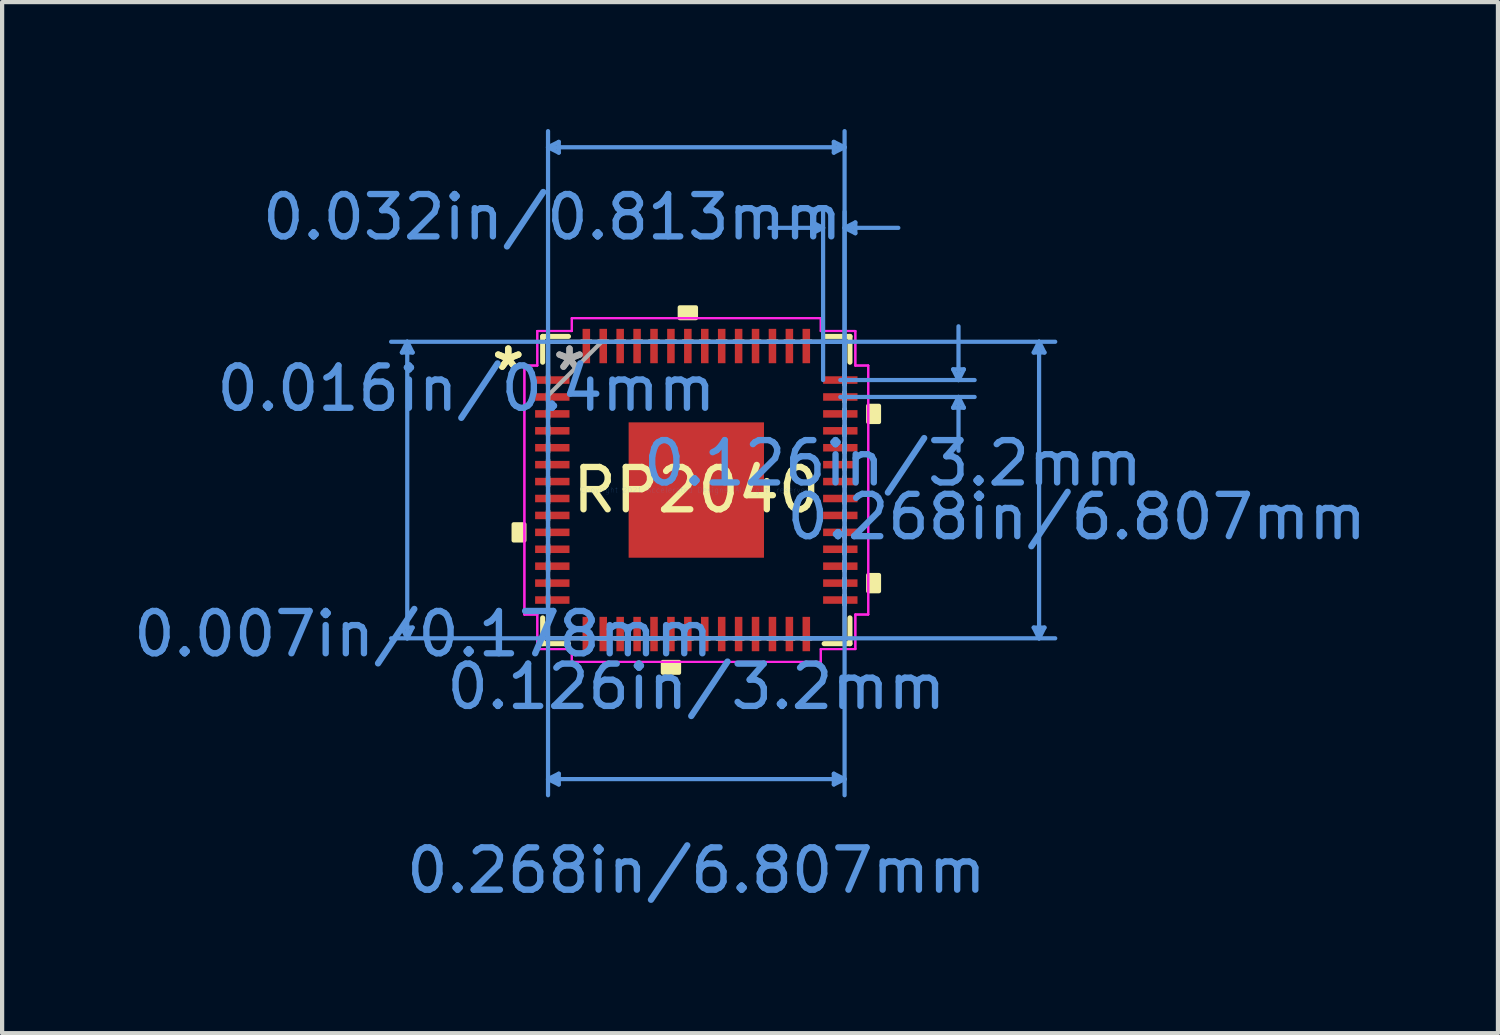
<source format=kicad_pcb>
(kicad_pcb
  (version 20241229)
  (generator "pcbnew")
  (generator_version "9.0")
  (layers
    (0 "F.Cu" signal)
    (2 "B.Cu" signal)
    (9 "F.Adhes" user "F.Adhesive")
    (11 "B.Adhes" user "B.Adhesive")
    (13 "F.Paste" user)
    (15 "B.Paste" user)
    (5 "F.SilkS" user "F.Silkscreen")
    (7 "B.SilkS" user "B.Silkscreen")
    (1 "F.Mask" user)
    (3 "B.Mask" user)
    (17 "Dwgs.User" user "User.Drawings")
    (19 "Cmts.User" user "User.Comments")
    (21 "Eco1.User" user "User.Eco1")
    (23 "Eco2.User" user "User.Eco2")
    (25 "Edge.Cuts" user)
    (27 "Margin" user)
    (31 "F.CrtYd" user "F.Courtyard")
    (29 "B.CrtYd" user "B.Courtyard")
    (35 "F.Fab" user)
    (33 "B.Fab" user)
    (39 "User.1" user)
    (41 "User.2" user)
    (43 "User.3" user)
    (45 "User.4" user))
  (footprint "RP2040"
    (layer "F.Cu")
    (at 13.41 8.534)
    (property "Reference" "RP2040" (at 0 0 0) (layer "F.SilkS") (effects (font (size 1 1) (thickness 0.15))))
    (attr through_hole)
    (fp_line (start -3.632 -3.632) (end -3.632 -3.022) (stroke (width 0.12) (type solid)) (layer "F.SilkS"))
    (fp_line (start -3.632 3.022) (end -3.632 3.632) (stroke (width 0.12) (type solid)) (layer "F.SilkS"))
    (fp_line (start -3.632 3.632) (end -3.022 3.632) (stroke (width 0.12) (type solid)) (layer "F.SilkS"))
    (fp_line (start -3.022 -3.632) (end -3.632 -3.632) (stroke (width 0.12) (type solid)) (layer "F.SilkS"))
    (fp_line (start 3.022 3.632) (end 3.632 3.632) (stroke (width 0.12) (type solid)) (layer "F.SilkS"))
    (fp_line (start 3.632 -3.632) (end 3.022 -3.632) (stroke (width 0.12) (type solid)) (layer "F.SilkS"))
    (fp_line (start 3.632 -3.022) (end 3.632 -3.632) (stroke (width 0.12) (type solid)) (layer "F.SilkS"))
    (fp_line (start 3.632 3.632) (end 3.632 3.022) (stroke (width 0.12) (type solid)) (layer "F.SilkS"))
    (fp_poly (pts (xy -4.318 0.81) (xy -4.318 1.191) (xy -4.064 1.191) (xy -4.064 0.81)) (stroke (width 0.1) (type solid)) (fill yes) (layer "F.SilkS"))
    (fp_poly (pts (xy -0.79 4.064) (xy -0.79 4.318) (xy -0.409 4.318) (xy -0.409 4.064)) (stroke (width 0.1) (type solid)) (fill yes) (layer "F.SilkS"))
    (fp_poly (pts (xy -0.391 -4.064) (xy -0.391 -4.318) (xy -0.009 -4.318) (xy -0.009 -4.064)) (stroke (width 0.1) (type solid)) (fill yes) (layer "F.SilkS"))
    (fp_poly (pts (xy 4.318 -1.99) (xy 4.318 -1.609) (xy 4.064 -1.609) (xy 4.064 -1.99)) (stroke (width 0.1) (type solid)) (fill yes) (layer "F.SilkS"))
    (fp_poly (pts (xy 4.318 2.01) (xy 4.318 2.391) (xy 4.064 2.391) (xy 4.064 2.01)) (stroke (width 0.1) (type solid)) (fill yes) (layer "F.SilkS"))
    (fp_poly (pts (xy -1.5 -1.5) (xy -1.5 -0.1) (xy -0.1 -0.1) (xy -0.1 -1.5)) (stroke (width 0.1) (type solid)) (fill yes) (layer "F.Paste"))
    (fp_poly (pts (xy -1.5 0.1) (xy -1.5 1.5) (xy -0.1 1.5) (xy -0.1 0.1)) (stroke (width 0.1) (type solid)) (fill yes) (layer "F.Paste"))
    (fp_poly (pts (xy 0.1 -1.5) (xy 0.1 -0.1) (xy 1.5 -0.1) (xy 1.5 -1.5)) (stroke (width 0.1) (type solid)) (fill yes) (layer "F.Paste"))
    (fp_poly (pts (xy 0.1 0.1) (xy 0.1 1.5) (xy 1.5 1.5) (xy 1.5 0.1)) (stroke (width 0.1) (type solid)) (fill yes) (layer "F.Paste"))
    (fp_line (start -6.96 -3.251) (end -6.706 -3.251) (stroke (width 0.1) (type solid)) (layer "Cmts.User"))
    (fp_line (start -6.96 3.251) (end -6.706 3.251) (stroke (width 0.1) (type solid)) (layer "Cmts.User"))
    (fp_line (start -6.833 -3.505) (end -6.96 -3.251) (stroke (width 0.1) (type solid)) (layer "Cmts.User"))
    (fp_line (start -6.833 -3.505) (end -6.833 3.505) (stroke (width 0.1) (type solid)) (layer "Cmts.User"))
    (fp_line (start -6.833 -3.505) (end -6.706 -3.251) (stroke (width 0.1) (type solid)) (layer "Cmts.User"))
    (fp_line (start -6.833 3.505) (end -6.96 3.251) (stroke (width 0.1) (type solid)) (layer "Cmts.User"))
    (fp_line (start -6.833 3.505) (end -6.706 3.251) (stroke (width 0.1) (type solid)) (layer "Cmts.User"))
    (fp_line (start -3.505 -8.103) (end -3.251 -8.23) (stroke (width 0.1) (type solid)) (layer "Cmts.User"))
    (fp_line (start -3.505 -8.103) (end -3.251 -7.976) (stroke (width 0.1) (type solid)) (layer "Cmts.User"))
    (fp_line (start -3.505 -8.103) (end 3.505 -8.103) (stroke (width 0.1) (type solid)) (layer "Cmts.User"))
    (fp_line (start -3.505 -3.505) (end -3.505 7.214) (stroke (width 0.1) (type solid)) (layer "Cmts.User"))
    (fp_line (start -3.505 -2.6) (end -3.505 -8.484) (stroke (width 0.1) (type solid)) (layer "Cmts.User"))
    (fp_line (start -3.505 6.833) (end -3.251 6.706) (stroke (width 0.1) (type solid)) (layer "Cmts.User"))
    (fp_line (start -3.505 6.833) (end -3.251 6.96) (stroke (width 0.1) (type solid)) (layer "Cmts.User"))
    (fp_line (start -3.505 6.833) (end 3.505 6.833) (stroke (width 0.1) (type solid)) (layer "Cmts.User"))
    (fp_line (start -3.251 -8.23) (end -3.251 -7.976) (stroke (width 0.1) (type solid)) (layer "Cmts.User"))
    (fp_line (start -3.251 6.706) (end -3.251 6.96) (stroke (width 0.1) (type solid)) (layer "Cmts.User"))
    (fp_line (start 2.6 -3.505) (end 8.484 -3.505) (stroke (width 0.1) (type solid)) (layer "Cmts.User"))
    (fp_line (start 2.6 3.505) (end 8.484 3.505) (stroke (width 0.1) (type solid)) (layer "Cmts.User"))
    (fp_line (start 2.743 -6.325) (end 2.743 -6.071) (stroke (width 0.1) (type solid)) (layer "Cmts.User"))
    (fp_line (start 2.997 -6.198) (end 1.727 -6.198) (stroke (width 0.1) (type solid)) (layer "Cmts.User"))
    (fp_line (start 2.997 -6.198) (end 2.743 -6.325) (stroke (width 0.1) (type solid)) (layer "Cmts.User"))
    (fp_line (start 2.997 -6.198) (end 2.743 -6.071) (stroke (width 0.1) (type solid)) (layer "Cmts.User"))
    (fp_line (start 2.997 -2.6) (end 2.997 -6.579) (stroke (width 0.1) (type solid)) (layer "Cmts.User"))
    (fp_line (start 3.251 -8.23) (end 3.251 -7.976) (stroke (width 0.1) (type solid)) (layer "Cmts.User"))
    (fp_line (start 3.251 6.706) (end 3.251 6.96) (stroke (width 0.1) (type solid)) (layer "Cmts.User"))
    (fp_line (start 3.404 -2.6) (end 6.579 -2.6) (stroke (width 0.1) (type solid)) (layer "Cmts.User"))
    (fp_line (start 3.404 -2.2) (end 6.579 -2.2) (stroke (width 0.1) (type solid)) (layer "Cmts.User"))
    (fp_line (start 3.505 -8.103) (end 3.251 -8.23) (stroke (width 0.1) (type solid)) (layer "Cmts.User"))
    (fp_line (start 3.505 -8.103) (end 3.251 -7.976) (stroke (width 0.1) (type solid)) (layer "Cmts.User"))
    (fp_line (start 3.505 -6.198) (end 3.759 -6.325) (stroke (width 0.1) (type solid)) (layer "Cmts.User"))
    (fp_line (start 3.505 -6.198) (end 3.759 -6.071) (stroke (width 0.1) (type solid)) (layer "Cmts.User"))
    (fp_line (start 3.505 -6.198) (end 4.775 -6.198) (stroke (width 0.1) (type solid)) (layer "Cmts.User"))
    (fp_line (start 3.505 -3.505) (end -7.214 -3.505) (stroke (width 0.1) (type solid)) (layer "Cmts.User"))
    (fp_line (start 3.505 -3.505) (end 3.505 7.214) (stroke (width 0.1) (type solid)) (layer "Cmts.User"))
    (fp_line (start 3.505 -2.6) (end 3.505 -8.484) (stroke (width 0.1) (type solid)) (layer "Cmts.User"))
    (fp_line (start 3.505 -2.6) (end 3.505 -6.579) (stroke (width 0.1) (type solid)) (layer "Cmts.User"))
    (fp_line (start 3.505 3.505) (end -7.214 3.505) (stroke (width 0.1) (type solid)) (layer "Cmts.User"))
    (fp_line (start 3.505 6.833) (end 3.251 6.706) (stroke (width 0.1) (type solid)) (layer "Cmts.User"))
    (fp_line (start 3.505 6.833) (end 3.251 6.96) (stroke (width 0.1) (type solid)) (layer "Cmts.User"))
    (fp_line (start 3.759 -6.325) (end 3.759 -6.071) (stroke (width 0.1) (type solid)) (layer "Cmts.User"))
    (fp_line (start 6.071 -2.854) (end 6.325 -2.854) (stroke (width 0.1) (type solid)) (layer "Cmts.User"))
    (fp_line (start 6.071 -1.946) (end 6.325 -1.946) (stroke (width 0.1) (type solid)) (layer "Cmts.User"))
    (fp_line (start 6.198 -2.6) (end 6.071 -2.854) (stroke (width 0.1) (type solid)) (layer "Cmts.User"))
    (fp_line (start 6.198 -2.6) (end 6.198 -3.87) (stroke (width 0.1) (type solid)) (layer "Cmts.User"))
    (fp_line (start 6.198 -2.6) (end 6.325 -2.854) (stroke (width 0.1) (type solid)) (layer "Cmts.User"))
    (fp_line (start 6.198 -2.2) (end 6.071 -1.946) (stroke (width 0.1) (type solid)) (layer "Cmts.User"))
    (fp_line (start 6.198 -2.2) (end 6.198 -0.93) (stroke (width 0.1) (type solid)) (layer "Cmts.User"))
    (fp_line (start 6.198 -2.2) (end 6.325 -1.946) (stroke (width 0.1) (type solid)) (layer "Cmts.User"))
    (fp_line (start 7.976 -3.251) (end 8.23 -3.251) (stroke (width 0.1) (type solid)) (layer "Cmts.User"))
    (fp_line (start 7.976 3.251) (end 8.23 3.251) (stroke (width 0.1) (type solid)) (layer "Cmts.User"))
    (fp_line (start 8.103 -3.505) (end 7.976 -3.251) (stroke (width 0.1) (type solid)) (layer "Cmts.User"))
    (fp_line (start 8.103 -3.505) (end 8.103 3.505) (stroke (width 0.1) (type solid)) (layer "Cmts.User"))
    (fp_line (start 8.103 -3.505) (end 8.23 -3.251) (stroke (width 0.1) (type solid)) (layer "Cmts.User"))
    (fp_line (start 8.103 3.505) (end 7.976 3.251) (stroke (width 0.1) (type solid)) (layer "Cmts.User"))
    (fp_line (start 8.103 3.505) (end 8.23 3.251) (stroke (width 0.1) (type solid)) (layer "Cmts.User"))
    (fp_line (start -4.064 -2.943) (end -3.759 -2.943) (stroke (width 0.05) (type solid)) (layer "F.CrtYd"))
    (fp_line (start -4.064 -2.943) (end -3.759 -2.943) (stroke (width 0.05) (type solid)) (layer "F.CrtYd"))
    (fp_line (start -4.064 2.943) (end -4.064 -2.943) (stroke (width 0.05) (type solid)) (layer "F.CrtYd"))
    (fp_line (start -4.064 2.943) (end -4.064 -2.943) (stroke (width 0.05) (type solid)) (layer "F.CrtYd"))
    (fp_line (start -3.759 -3.759) (end -2.943 -3.759) (stroke (width 0.05) (type solid)) (layer "F.CrtYd"))
    (fp_line (start -3.759 -3.759) (end -2.943 -3.759) (stroke (width 0.05) (type solid)) (layer "F.CrtYd"))
    (fp_line (start -3.759 -2.943) (end -3.759 -3.759) (stroke (width 0.05) (type solid)) (layer "F.CrtYd"))
    (fp_line (start -3.759 -2.943) (end -3.759 -3.759) (stroke (width 0.05) (type solid)) (layer "F.CrtYd"))
    (fp_line (start -3.759 2.943) (end -4.064 2.943) (stroke (width 0.05) (type solid)) (layer "F.CrtYd"))
    (fp_line (start -3.759 2.943) (end -4.064 2.943) (stroke (width 0.05) (type solid)) (layer "F.CrtYd"))
    (fp_line (start -3.759 3.759) (end -3.759 2.943) (stroke (width 0.05) (type solid)) (layer "F.CrtYd"))
    (fp_line (start -3.759 3.759) (end -3.759 2.943) (stroke (width 0.05) (type solid)) (layer "F.CrtYd"))
    (fp_line (start -2.943 -4.064) (end 2.943 -4.064) (stroke (width 0.05) (type solid)) (layer "F.CrtYd"))
    (fp_line (start -2.943 -4.064) (end 2.943 -4.064) (stroke (width 0.05) (type solid)) (layer "F.CrtYd"))
    (fp_line (start -2.943 -3.759) (end -2.943 -4.064) (stroke (width 0.05) (type solid)) (layer "F.CrtYd"))
    (fp_line (start -2.943 -3.759) (end -2.943 -4.064) (stroke (width 0.05) (type solid)) (layer "F.CrtYd"))
    (fp_line (start -2.943 3.759) (end -3.759 3.759) (stroke (width 0.05) (type solid)) (layer "F.CrtYd"))
    (fp_line (start -2.943 3.759) (end -3.759 3.759) (stroke (width 0.05) (type solid)) (layer "F.CrtYd"))
    (fp_line (start -2.943 4.064) (end -2.943 3.759) (stroke (width 0.05) (type solid)) (layer "F.CrtYd"))
    (fp_line (start -2.943 4.064) (end -2.943 3.759) (stroke (width 0.05) (type solid)) (layer "F.CrtYd"))
    (fp_line (start 2.943 -4.064) (end 2.943 -3.759) (stroke (width 0.05) (type solid)) (layer "F.CrtYd"))
    (fp_line (start 2.943 -4.064) (end 2.943 -3.759) (stroke (width 0.05) (type solid)) (layer "F.CrtYd"))
    (fp_line (start 2.943 -3.759) (end 3.759 -3.759) (stroke (width 0.05) (type solid)) (layer "F.CrtYd"))
    (fp_line (start 2.943 -3.759) (end 3.759 -3.759) (stroke (width 0.05) (type solid)) (layer "F.CrtYd"))
    (fp_line (start 2.943 3.759) (end 2.943 4.064) (stroke (width 0.05) (type solid)) (layer "F.CrtYd"))
    (fp_line (start 2.943 3.759) (end 2.943 4.064) (stroke (width 0.05) (type solid)) (layer "F.CrtYd"))
    (fp_line (start 2.943 4.064) (end -2.943 4.064) (stroke (width 0.05) (type solid)) (layer "F.CrtYd"))
    (fp_line (start 2.943 4.064) (end -2.943 4.064) (stroke (width 0.05) (type solid)) (layer "F.CrtYd"))
    (fp_line (start 3.759 -3.759) (end 3.759 -2.943) (stroke (width 0.05) (type solid)) (layer "F.CrtYd"))
    (fp_line (start 3.759 -3.759) (end 3.759 -2.943) (stroke (width 0.05) (type solid)) (layer "F.CrtYd"))
    (fp_line (start 3.759 -2.943) (end 4.064 -2.943) (stroke (width 0.05) (type solid)) (layer "F.CrtYd"))
    (fp_line (start 3.759 -2.943) (end 4.064 -2.943) (stroke (width 0.05) (type solid)) (layer "F.CrtYd"))
    (fp_line (start 3.759 2.943) (end 3.759 3.759) (stroke (width 0.05) (type solid)) (layer "F.CrtYd"))
    (fp_line (start 3.759 2.943) (end 3.759 3.759) (stroke (width 0.05) (type solid)) (layer "F.CrtYd"))
    (fp_line (start 3.759 3.759) (end 2.943 3.759) (stroke (width 0.05) (type solid)) (layer "F.CrtYd"))
    (fp_line (start 3.759 3.759) (end 2.943 3.759) (stroke (width 0.05) (type solid)) (layer "F.CrtYd"))
    (fp_line (start 4.064 -2.943) (end 4.064 2.943) (stroke (width 0.05) (type solid)) (layer "F.CrtYd"))
    (fp_line (start 4.064 -2.943) (end 4.064 2.943) (stroke (width 0.05) (type solid)) (layer "F.CrtYd"))
    (fp_line (start 4.064 2.943) (end 3.759 2.943) (stroke (width 0.05) (type solid)) (layer "F.CrtYd"))
    (fp_line (start 4.064 2.943) (end 3.759 2.943) (stroke (width 0.05) (type solid)) (layer "F.CrtYd"))
    (fp_line (start -3.505 -3.505) (end -3.505 -3.505) (stroke (width 0.1) (type solid)) (layer "F.Fab"))
    (fp_line (start -3.505 -3.505) (end -3.505 3.505) (stroke (width 0.1) (type solid)) (layer "F.Fab"))
    (fp_line (start -3.505 -2.714) (end -3.505 -2.714) (stroke (width 0.1) (type solid)) (layer "F.Fab"))
    (fp_line (start -3.505 -2.714) (end -3.505 -2.486) (stroke (width 0.1) (type solid)) (layer "F.Fab"))
    (fp_line (start -3.505 -2.486) (end -3.505 -2.714) (stroke (width 0.1) (type solid)) (layer "F.Fab"))
    (fp_line (start -3.505 -2.486) (end -3.505 -2.486) (stroke (width 0.1) (type solid)) (layer "F.Fab"))
    (fp_line (start -3.505 -2.314) (end -3.505 -2.314) (stroke (width 0.1) (type solid)) (layer "F.Fab"))
    (fp_line (start -3.505 -2.314) (end -3.505 -2.086) (stroke (width 0.1) (type solid)) (layer "F.Fab"))
    (fp_line (start -3.505 -2.235) (end -2.235 -3.505) (stroke (width 0.1) (type solid)) (layer "F.Fab"))
    (fp_line (start -3.505 -2.086) (end -3.505 -2.314) (stroke (width 0.1) (type solid)) (layer "F.Fab"))
    (fp_line (start -3.505 -2.086) (end -3.505 -2.086) (stroke (width 0.1) (type solid)) (layer "F.Fab"))
    (fp_line (start -3.505 -1.914) (end -3.505 -1.914) (stroke (width 0.1) (type solid)) (layer "F.Fab"))
    (fp_line (start -3.505 -1.914) (end -3.505 -1.686) (stroke (width 0.1) (type solid)) (layer "F.Fab"))
    (fp_line (start -3.505 -1.686) (end -3.505 -1.914) (stroke (width 0.1) (type solid)) (layer "F.Fab"))
    (fp_line (start -3.505 -1.686) (end -3.505 -1.686) (stroke (width 0.1) (type solid)) (layer "F.Fab"))
    (fp_line (start -3.505 -1.514) (end -3.505 -1.514) (stroke (width 0.1) (type solid)) (layer "F.Fab"))
    (fp_line (start -3.505 -1.514) (end -3.505 -1.286) (stroke (width 0.1) (type solid)) (layer "F.Fab"))
    (fp_line (start -3.505 -1.286) (end -3.505 -1.514) (stroke (width 0.1) (type solid)) (layer "F.Fab"))
    (fp_line (start -3.505 -1.286) (end -3.505 -1.286) (stroke (width 0.1) (type solid)) (layer "F.Fab"))
    (fp_line (start -3.505 -1.114) (end -3.505 -1.114) (stroke (width 0.1) (type solid)) (layer "F.Fab"))
    (fp_line (start -3.505 -1.114) (end -3.505 -0.886) (stroke (width 0.1) (type solid)) (layer "F.Fab"))
    (fp_line (start -3.505 -0.886) (end -3.505 -1.114) (stroke (width 0.1) (type solid)) (layer "F.Fab"))
    (fp_line (start -3.505 -0.886) (end -3.505 -0.886) (stroke (width 0.1) (type solid)) (layer "F.Fab"))
    (fp_line (start -3.505 -0.714) (end -3.505 -0.714) (stroke (width 0.1) (type solid)) (layer "F.Fab"))
    (fp_line (start -3.505 -0.714) (end -3.505 -0.486) (stroke (width 0.1) (type solid)) (layer "F.Fab"))
    (fp_line (start -3.505 -0.486) (end -3.505 -0.714) (stroke (width 0.1) (type solid)) (layer "F.Fab"))
    (fp_line (start -3.505 -0.486) (end -3.505 -0.486) (stroke (width 0.1) (type solid)) (layer "F.Fab"))
    (fp_line (start -3.505 -0.314) (end -3.505 -0.314) (stroke (width 0.1) (type solid)) (layer "F.Fab"))
    (fp_line (start -3.505 -0.314) (end -3.505 -0.086) (stroke (width 0.1) (type solid)) (layer "F.Fab"))
    (fp_line (start -3.505 -0.086) (end -3.505 -0.314) (stroke (width 0.1) (type solid)) (layer "F.Fab"))
    (fp_line (start -3.505 -0.086) (end -3.505 -0.086) (stroke (width 0.1) (type solid)) (layer "F.Fab"))
    (fp_line (start -3.505 0.086) (end -3.505 0.086) (stroke (width 0.1) (type solid)) (layer "F.Fab"))
    (fp_line (start -3.505 0.086) (end -3.505 0.314) (stroke (width 0.1) (type solid)) (layer "F.Fab"))
    (fp_line (start -3.505 0.314) (end -3.505 0.086) (stroke (width 0.1) (type solid)) (layer "F.Fab"))
    (fp_line (start -3.505 0.314) (end -3.505 0.314) (stroke (width 0.1) (type solid)) (layer "F.Fab"))
    (fp_line (start -3.505 0.486) (end -3.505 0.486) (stroke (width 0.1) (type solid)) (layer "F.Fab"))
    (fp_line (start -3.505 0.486) (end -3.505 0.714) (stroke (width 0.1) (type solid)) (layer "F.Fab"))
    (fp_line (start -3.505 0.714) (end -3.505 0.486) (stroke (width 0.1) (type solid)) (layer "F.Fab"))
    (fp_line (start -3.505 0.714) (end -3.505 0.714) (stroke (width 0.1) (type solid)) (layer "F.Fab"))
    (fp_line (start -3.505 0.886) (end -3.505 0.886) (stroke (width 0.1) (type solid)) (layer "F.Fab"))
    (fp_line (start -3.505 0.886) (end -3.505 1.114) (stroke (width 0.1) (type solid)) (layer "F.Fab"))
    (fp_line (start -3.505 1.114) (end -3.505 0.886) (stroke (width 0.1) (type solid)) (layer "F.Fab"))
    (fp_line (start -3.505 1.114) (end -3.505 1.114) (stroke (width 0.1) (type solid)) (layer "F.Fab"))
    (fp_line (start -3.505 1.286) (end -3.505 1.286) (stroke (width 0.1) (type solid)) (layer "F.Fab"))
    (fp_line (start -3.505 1.286) (end -3.505 1.514) (stroke (width 0.1) (type solid)) (layer "F.Fab"))
    (fp_line (start -3.505 1.514) (end -3.505 1.286) (stroke (width 0.1) (type solid)) (layer "F.Fab"))
    (fp_line (start -3.505 1.514) (end -3.505 1.514) (stroke (width 0.1) (type solid)) (layer "F.Fab"))
    (fp_line (start -3.505 1.686) (end -3.505 1.686) (stroke (width 0.1) (type solid)) (layer "F.Fab"))
    (fp_line (start -3.505 1.686) (end -3.505 1.914) (stroke (width 0.1) (type solid)) (layer "F.Fab"))
    (fp_line (start -3.505 1.914) (end -3.505 1.686) (stroke (width 0.1) (type solid)) (layer "F.Fab"))
    (fp_line (start -3.505 1.914) (end -3.505 1.914) (stroke (width 0.1) (type solid)) (layer "F.Fab"))
    (fp_line (start -3.505 2.086) (end -3.505 2.086) (stroke (width 0.1) (type solid)) (layer "F.Fab"))
    (fp_line (start -3.505 2.086) (end -3.505 2.314) (stroke (width 0.1) (type solid)) (layer "F.Fab"))
    (fp_line (start -3.505 2.314) (end -3.505 2.086) (stroke (width 0.1) (type solid)) (layer "F.Fab"))
    (fp_line (start -3.505 2.314) (end -3.505 2.314) (stroke (width 0.1) (type solid)) (layer "F.Fab"))
    (fp_line (start -3.505 2.486) (end -3.505 2.486) (stroke (width 0.1) (type solid)) (layer "F.Fab"))
    (fp_line (start -3.505 2.486) (end -3.505 2.714) (stroke (width 0.1) (type solid)) (layer "F.Fab"))
    (fp_line (start -3.505 2.714) (end -3.505 2.486) (stroke (width 0.1) (type solid)) (layer "F.Fab"))
    (fp_line (start -3.505 2.714) (end -3.505 2.714) (stroke (width 0.1) (type solid)) (layer "F.Fab"))
    (fp_line (start -3.505 3.505) (end -3.505 3.505) (stroke (width 0.1) (type solid)) (layer "F.Fab"))
    (fp_line (start -3.505 3.505) (end 3.505 3.505) (stroke (width 0.1) (type solid)) (layer "F.Fab"))
    (fp_line (start -2.714 -3.505) (end -2.714 -3.505) (stroke (width 0.1) (type solid)) (layer "F.Fab"))
    (fp_line (start -2.714 -3.505) (end -2.486 -3.505) (stroke (width 0.1) (type solid)) (layer "F.Fab"))
    (fp_line (start -2.714 3.505) (end -2.714 3.505) (stroke (width 0.1) (type solid)) (layer "F.Fab"))
    (fp_line (start -2.714 3.505) (end -2.486 3.505) (stroke (width 0.1) (type solid)) (layer "F.Fab"))
    (fp_line (start -2.486 -3.505) (end -2.714 -3.505) (stroke (width 0.1) (type solid)) (layer "F.Fab"))
    (fp_line (start -2.486 -3.505) (end -2.486 -3.505) (stroke (width 0.1) (type solid)) (layer "F.Fab"))
    (fp_line (start -2.486 3.505) (end -2.714 3.505) (stroke (width 0.1) (type solid)) (layer "F.Fab"))
    (fp_line (start -2.486 3.505) (end -2.486 3.505) (stroke (width 0.1) (type solid)) (layer "F.Fab"))
    (fp_line (start -2.314 -3.505) (end -2.314 -3.505) (stroke (width 0.1) (type solid)) (layer "F.Fab"))
    (fp_line (start -2.314 -3.505) (end -2.086 -3.505) (stroke (width 0.1) (type solid)) (layer "F.Fab"))
    (fp_line (start -2.314 3.505) (end -2.314 3.505) (stroke (width 0.1) (type solid)) (layer "F.Fab"))
    (fp_line (start -2.314 3.505) (end -2.086 3.505) (stroke (width 0.1) (type solid)) (layer "F.Fab"))
    (fp_line (start -2.086 -3.505) (end -2.314 -3.505) (stroke (width 0.1) (type solid)) (layer "F.Fab"))
    (fp_line (start -2.086 -3.505) (end -2.086 -3.505) (stroke (width 0.1) (type solid)) (layer "F.Fab"))
    (fp_line (start -2.086 3.505) (end -2.314 3.505) (stroke (width 0.1) (type solid)) (layer "F.Fab"))
    (fp_line (start -2.086 3.505) (end -2.086 3.505) (stroke (width 0.1) (type solid)) (layer "F.Fab"))
    (fp_line (start -1.914 -3.505) (end -1.914 -3.505) (stroke (width 0.1) (type solid)) (layer "F.Fab"))
    (fp_line (start -1.914 -3.505) (end -1.686 -3.505) (stroke (width 0.1) (type solid)) (layer "F.Fab"))
    (fp_line (start -1.914 3.505) (end -1.914 3.505) (stroke (width 0.1) (type solid)) (layer "F.Fab"))
    (fp_line (start -1.914 3.505) (end -1.686 3.505) (stroke (width 0.1) (type solid)) (layer "F.Fab"))
    (fp_line (start -1.686 -3.505) (end -1.914 -3.505) (stroke (width 0.1) (type solid)) (layer "F.Fab"))
    (fp_line (start -1.686 -3.505) (end -1.686 -3.505) (stroke (width 0.1) (type solid)) (layer "F.Fab"))
    (fp_line (start -1.686 3.505) (end -1.914 3.505) (stroke (width 0.1) (type solid)) (layer "F.Fab"))
    (fp_line (start -1.686 3.505) (end -1.686 3.505) (stroke (width 0.1) (type solid)) (layer "F.Fab"))
    (fp_line (start -1.514 -3.505) (end -1.514 -3.505) (stroke (width 0.1) (type solid)) (layer "F.Fab"))
    (fp_line (start -1.514 -3.505) (end -1.286 -3.505) (stroke (width 0.1) (type solid)) (layer "F.Fab"))
    (fp_line (start -1.514 3.505) (end -1.514 3.505) (stroke (width 0.1) (type solid)) (layer "F.Fab"))
    (fp_line (start -1.514 3.505) (end -1.286 3.505) (stroke (width 0.1) (type solid)) (layer "F.Fab"))
    (fp_line (start -1.286 -3.505) (end -1.514 -3.505) (stroke (width 0.1) (type solid)) (layer "F.Fab"))
    (fp_line (start -1.286 -3.505) (end -1.286 -3.505) (stroke (width 0.1) (type solid)) (layer "F.Fab"))
    (fp_line (start -1.286 3.505) (end -1.514 3.505) (stroke (width 0.1) (type solid)) (layer "F.Fab"))
    (fp_line (start -1.286 3.505) (end -1.286 3.505) (stroke (width 0.1) (type solid)) (layer "F.Fab"))
    (fp_line (start -1.114 -3.505) (end -1.114 -3.505) (stroke (width 0.1) (type solid)) (layer "F.Fab"))
    (fp_line (start -1.114 -3.505) (end -0.886 -3.505) (stroke (width 0.1) (type solid)) (layer "F.Fab"))
    (fp_line (start -1.114 3.505) (end -1.114 3.505) (stroke (width 0.1) (type solid)) (layer "F.Fab"))
    (fp_line (start -1.114 3.505) (end -0.886 3.505) (stroke (width 0.1) (type solid)) (layer "F.Fab"))
    (fp_line (start -0.886 -3.505) (end -1.114 -3.505) (stroke (width 0.1) (type solid)) (layer "F.Fab"))
    (fp_line (start -0.886 -3.505) (end -0.886 -3.505) (stroke (width 0.1) (type solid)) (layer "F.Fab"))
    (fp_line (start -0.886 3.505) (end -1.114 3.505) (stroke (width 0.1) (type solid)) (layer "F.Fab"))
    (fp_line (start -0.886 3.505) (end -0.886 3.505) (stroke (width 0.1) (type solid)) (layer "F.Fab"))
    (fp_line (start -0.714 -3.505) (end -0.714 -3.505) (stroke (width 0.1) (type solid)) (layer "F.Fab"))
    (fp_line (start -0.714 -3.505) (end -0.486 -3.505) (stroke (width 0.1) (type solid)) (layer "F.Fab"))
    (fp_line (start -0.714 3.505) (end -0.714 3.505) (stroke (width 0.1) (type solid)) (layer "F.Fab"))
    (fp_line (start -0.714 3.505) (end -0.486 3.505) (stroke (width 0.1) (type solid)) (layer "F.Fab"))
    (fp_line (start -0.486 -3.505) (end -0.714 -3.505) (stroke (width 0.1) (type solid)) (layer "F.Fab"))
    (fp_line (start -0.486 -3.505) (end -0.486 -3.505) (stroke (width 0.1) (type solid)) (layer "F.Fab"))
    (fp_line (start -0.486 3.505) (end -0.714 3.505) (stroke (width 0.1) (type solid)) (layer "F.Fab"))
    (fp_line (start -0.486 3.505) (end -0.486 3.505) (stroke (width 0.1) (type solid)) (layer "F.Fab"))
    (fp_line (start -0.314 -3.505) (end -0.314 -3.505) (stroke (width 0.1) (type solid)) (layer "F.Fab"))
    (fp_line (start -0.314 -3.505) (end -0.086 -3.505) (stroke (width 0.1) (type solid)) (layer "F.Fab"))
    (fp_line (start -0.314 3.505) (end -0.314 3.505) (stroke (width 0.1) (type solid)) (layer "F.Fab"))
    (fp_line (start -0.314 3.505) (end -0.086 3.505) (stroke (width 0.1) (type solid)) (layer "F.Fab"))
    (fp_line (start -0.086 -3.505) (end -0.314 -3.505) (stroke (width 0.1) (type solid)) (layer "F.Fab"))
    (fp_line (start -0.086 -3.505) (end -0.086 -3.505) (stroke (width 0.1) (type solid)) (layer "F.Fab"))
    (fp_line (start -0.086 3.505) (end -0.314 3.505) (stroke (width 0.1) (type solid)) (layer "F.Fab"))
    (fp_line (start -0.086 3.505) (end -0.086 3.505) (stroke (width 0.1) (type solid)) (layer "F.Fab"))
    (fp_line (start 0.086 -3.505) (end 0.086 -3.505) (stroke (width 0.1) (type solid)) (layer "F.Fab"))
    (fp_line (start 0.086 -3.505) (end 0.314 -3.505) (stroke (width 0.1) (type solid)) (layer "F.Fab"))
    (fp_line (start 0.086 3.505) (end 0.086 3.505) (stroke (width 0.1) (type solid)) (layer "F.Fab"))
    (fp_line (start 0.086 3.505) (end 0.314 3.505) (stroke (width 0.1) (type solid)) (layer "F.Fab"))
    (fp_line (start 0.314 -3.505) (end 0.086 -3.505) (stroke (width 0.1) (type solid)) (layer "F.Fab"))
    (fp_line (start 0.314 -3.505) (end 0.314 -3.505) (stroke (width 0.1) (type solid)) (layer "F.Fab"))
    (fp_line (start 0.314 3.505) (end 0.086 3.505) (stroke (width 0.1) (type solid)) (layer "F.Fab"))
    (fp_line (start 0.314 3.505) (end 0.314 3.505) (stroke (width 0.1) (type solid)) (layer "F.Fab"))
    (fp_line (start 0.486 -3.505) (end 0.486 -3.505) (stroke (width 0.1) (type solid)) (layer "F.Fab"))
    (fp_line (start 0.486 -3.505) (end 0.714 -3.505) (stroke (width 0.1) (type solid)) (layer "F.Fab"))
    (fp_line (start 0.486 3.505) (end 0.486 3.505) (stroke (width 0.1) (type solid)) (layer "F.Fab"))
    (fp_line (start 0.486 3.505) (end 0.714 3.505) (stroke (width 0.1) (type solid)) (layer "F.Fab"))
    (fp_line (start 0.714 -3.505) (end 0.486 -3.505) (stroke (width 0.1) (type solid)) (layer "F.Fab"))
    (fp_line (start 0.714 -3.505) (end 0.714 -3.505) (stroke (width 0.1) (type solid)) (layer "F.Fab"))
    (fp_line (start 0.714 3.505) (end 0.486 3.505) (stroke (width 0.1) (type solid)) (layer "F.Fab"))
    (fp_line (start 0.714 3.505) (end 0.714 3.505) (stroke (width 0.1) (type solid)) (layer "F.Fab"))
    (fp_line (start 0.886 -3.505) (end 0.886 -3.505) (stroke (width 0.1) (type solid)) (layer "F.Fab"))
    (fp_line (start 0.886 -3.505) (end 1.114 -3.505) (stroke (width 0.1) (type solid)) (layer "F.Fab"))
    (fp_line (start 0.886 3.505) (end 0.886 3.505) (stroke (width 0.1) (type solid)) (layer "F.Fab"))
    (fp_line (start 0.886 3.505) (end 1.114 3.505) (stroke (width 0.1) (type solid)) (layer "F.Fab"))
    (fp_line (start 1.114 -3.505) (end 0.886 -3.505) (stroke (width 0.1) (type solid)) (layer "F.Fab"))
    (fp_line (start 1.114 -3.505) (end 1.114 -3.505) (stroke (width 0.1) (type solid)) (layer "F.Fab"))
    (fp_line (start 1.114 3.505) (end 0.886 3.505) (stroke (width 0.1) (type solid)) (layer "F.Fab"))
    (fp_line (start 1.114 3.505) (end 1.114 3.505) (stroke (width 0.1) (type solid)) (layer "F.Fab"))
    (fp_line (start 1.286 -3.505) (end 1.286 -3.505) (stroke (width 0.1) (type solid)) (layer "F.Fab"))
    (fp_line (start 1.286 -3.505) (end 1.514 -3.505) (stroke (width 0.1) (type solid)) (layer "F.Fab"))
    (fp_line (start 1.286 3.505) (end 1.286 3.505) (stroke (width 0.1) (type solid)) (layer "F.Fab"))
    (fp_line (start 1.286 3.505) (end 1.514 3.505) (stroke (width 0.1) (type solid)) (layer "F.Fab"))
    (fp_line (start 1.514 -3.505) (end 1.286 -3.505) (stroke (width 0.1) (type solid)) (layer "F.Fab"))
    (fp_line (start 1.514 -3.505) (end 1.514 -3.505) (stroke (width 0.1) (type solid)) (layer "F.Fab"))
    (fp_line (start 1.514 3.505) (end 1.286 3.505) (stroke (width 0.1) (type solid)) (layer "F.Fab"))
    (fp_line (start 1.514 3.505) (end 1.514 3.505) (stroke (width 0.1) (type solid)) (layer "F.Fab"))
    (fp_line (start 1.686 -3.505) (end 1.686 -3.505) (stroke (width 0.1) (type solid)) (layer "F.Fab"))
    (fp_line (start 1.686 -3.505) (end 1.914 -3.505) (stroke (width 0.1) (type solid)) (layer "F.Fab"))
    (fp_line (start 1.686 3.505) (end 1.686 3.505) (stroke (width 0.1) (type solid)) (layer "F.Fab"))
    (fp_line (start 1.686 3.505) (end 1.914 3.505) (stroke (width 0.1) (type solid)) (layer "F.Fab"))
    (fp_line (start 1.914 -3.505) (end 1.686 -3.505) (stroke (width 0.1) (type solid)) (layer "F.Fab"))
    (fp_line (start 1.914 -3.505) (end 1.914 -3.505) (stroke (width 0.1) (type solid)) (layer "F.Fab"))
    (fp_line (start 1.914 3.505) (end 1.686 3.505) (stroke (width 0.1) (type solid)) (layer "F.Fab"))
    (fp_line (start 1.914 3.505) (end 1.914 3.505) (stroke (width 0.1) (type solid)) (layer "F.Fab"))
    (fp_line (start 2.086 -3.505) (end 2.086 -3.505) (stroke (width 0.1) (type solid)) (layer "F.Fab"))
    (fp_line (start 2.086 -3.505) (end 2.314 -3.505) (stroke (width 0.1) (type solid)) (layer "F.Fab"))
    (fp_line (start 2.086 3.505) (end 2.086 3.505) (stroke (width 0.1) (type solid)) (layer "F.Fab"))
    (fp_line (start 2.086 3.505) (end 2.314 3.505) (stroke (width 0.1) (type solid)) (layer "F.Fab"))
    (fp_line (start 2.314 -3.505) (end 2.086 -3.505) (stroke (width 0.1) (type solid)) (layer "F.Fab"))
    (fp_line (start 2.314 -3.505) (end 2.314 -3.505) (stroke (width 0.1) (type solid)) (layer "F.Fab"))
    (fp_line (start 2.314 3.505) (end 2.086 3.505) (stroke (width 0.1) (type solid)) (layer "F.Fab"))
    (fp_line (start 2.314 3.505) (end 2.314 3.505) (stroke (width 0.1) (type solid)) (layer "F.Fab"))
    (fp_line (start 2.486 -3.505) (end 2.486 -3.505) (stroke (width 0.1) (type solid)) (layer "F.Fab"))
    (fp_line (start 2.486 -3.505) (end 2.714 -3.505) (stroke (width 0.1) (type solid)) (layer "F.Fab"))
    (fp_line (start 2.486 3.505) (end 2.486 3.505) (stroke (width 0.1) (type solid)) (layer "F.Fab"))
    (fp_line (start 2.486 3.505) (end 2.714 3.505) (stroke (width 0.1) (type solid)) (layer "F.Fab"))
    (fp_line (start 2.714 -3.505) (end 2.486 -3.505) (stroke (width 0.1) (type solid)) (layer "F.Fab"))
    (fp_line (start 2.714 -3.505) (end 2.714 -3.505) (stroke (width 0.1) (type solid)) (layer "F.Fab"))
    (fp_line (start 2.714 3.505) (end 2.486 3.505) (stroke (width 0.1) (type solid)) (layer "F.Fab"))
    (fp_line (start 2.714 3.505) (end 2.714 3.505) (stroke (width 0.1) (type solid)) (layer "F.Fab"))
    (fp_line (start 3.505 -3.505) (end -3.505 -3.505) (stroke (width 0.1) (type solid)) (layer "F.Fab"))
    (fp_line (start 3.505 -3.505) (end 3.505 -3.505) (stroke (width 0.1) (type solid)) (layer "F.Fab"))
    (fp_line (start 3.505 -2.714) (end 3.505 -2.714) (stroke (width 0.1) (type solid)) (layer "F.Fab"))
    (fp_line (start 3.505 -2.714) (end 3.505 -2.486) (stroke (width 0.1) (type solid)) (layer "F.Fab"))
    (fp_line (start 3.505 -2.486) (end 3.505 -2.714) (stroke (width 0.1) (type solid)) (layer "F.Fab"))
    (fp_line (start 3.505 -2.486) (end 3.505 -2.486) (stroke (width 0.1) (type solid)) (layer "F.Fab"))
    (fp_line (start 3.505 -2.314) (end 3.505 -2.314) (stroke (width 0.1) (type solid)) (layer "F.Fab"))
    (fp_line (start 3.505 -2.314) (end 3.505 -2.086) (stroke (width 0.1) (type solid)) (layer "F.Fab"))
    (fp_line (start 3.505 -2.086) (end 3.505 -2.314) (stroke (width 0.1) (type solid)) (layer "F.Fab"))
    (fp_line (start 3.505 -2.086) (end 3.505 -2.086) (stroke (width 0.1) (type solid)) (layer "F.Fab"))
    (fp_line (start 3.505 -1.914) (end 3.505 -1.914) (stroke (width 0.1) (type solid)) (layer "F.Fab"))
    (fp_line (start 3.505 -1.914) (end 3.505 -1.686) (stroke (width 0.1) (type solid)) (layer "F.Fab"))
    (fp_line (start 3.505 -1.686) (end 3.505 -1.914) (stroke (width 0.1) (type solid)) (layer "F.Fab"))
    (fp_line (start 3.505 -1.686) (end 3.505 -1.686) (stroke (width 0.1) (type solid)) (layer "F.Fab"))
    (fp_line (start 3.505 -1.514) (end 3.505 -1.514) (stroke (width 0.1) (type solid)) (layer "F.Fab"))
    (fp_line (start 3.505 -1.514) (end 3.505 -1.286) (stroke (width 0.1) (type solid)) (layer "F.Fab"))
    (fp_line (start 3.505 -1.286) (end 3.505 -1.514) (stroke (width 0.1) (type solid)) (layer "F.Fab"))
    (fp_line (start 3.505 -1.286) (end 3.505 -1.286) (stroke (width 0.1) (type solid)) (layer "F.Fab"))
    (fp_line (start 3.505 -1.114) (end 3.505 -1.114) (stroke (width 0.1) (type solid)) (layer "F.Fab"))
    (fp_line (start 3.505 -1.114) (end 3.505 -0.886) (stroke (width 0.1) (type solid)) (layer "F.Fab"))
    (fp_line (start 3.505 -0.886) (end 3.505 -1.114) (stroke (width 0.1) (type solid)) (layer "F.Fab"))
    (fp_line (start 3.505 -0.886) (end 3.505 -0.886) (stroke (width 0.1) (type solid)) (layer "F.Fab"))
    (fp_line (start 3.505 -0.714) (end 3.505 -0.714) (stroke (width 0.1) (type solid)) (layer "F.Fab"))
    (fp_line (start 3.505 -0.714) (end 3.505 -0.486) (stroke (width 0.1) (type solid)) (layer "F.Fab"))
    (fp_line (start 3.505 -0.486) (end 3.505 -0.714) (stroke (width 0.1) (type solid)) (layer "F.Fab"))
    (fp_line (start 3.505 -0.486) (end 3.505 -0.486) (stroke (width 0.1) (type solid)) (layer "F.Fab"))
    (fp_line (start 3.505 -0.314) (end 3.505 -0.314) (stroke (width 0.1) (type solid)) (layer "F.Fab"))
    (fp_line (start 3.505 -0.314) (end 3.505 -0.086) (stroke (width 0.1) (type solid)) (layer "F.Fab"))
    (fp_line (start 3.505 -0.086) (end 3.505 -0.314) (stroke (width 0.1) (type solid)) (layer "F.Fab"))
    (fp_line (start 3.505 -0.086) (end 3.505 -0.086) (stroke (width 0.1) (type solid)) (layer "F.Fab"))
    (fp_line (start 3.505 0.086) (end 3.505 0.086) (stroke (width 0.1) (type solid)) (layer "F.Fab"))
    (fp_line (start 3.505 0.086) (end 3.505 0.314) (stroke (width 0.1) (type solid)) (layer "F.Fab"))
    (fp_line (start 3.505 0.314) (end 3.505 0.086) (stroke (width 0.1) (type solid)) (layer "F.Fab"))
    (fp_line (start 3.505 0.314) (end 3.505 0.314) (stroke (width 0.1) (type solid)) (layer "F.Fab"))
    (fp_line (start 3.505 0.486) (end 3.505 0.486) (stroke (width 0.1) (type solid)) (layer "F.Fab"))
    (fp_line (start 3.505 0.486) (end 3.505 0.714) (stroke (width 0.1) (type solid)) (layer "F.Fab"))
    (fp_line (start 3.505 0.714) (end 3.505 0.486) (stroke (width 0.1) (type solid)) (layer "F.Fab"))
    (fp_line (start 3.505 0.714) (end 3.505 0.714) (stroke (width 0.1) (type solid)) (layer "F.Fab"))
    (fp_line (start 3.505 0.886) (end 3.505 0.886) (stroke (width 0.1) (type solid)) (layer "F.Fab"))
    (fp_line (start 3.505 0.886) (end 3.505 1.114) (stroke (width 0.1) (type solid)) (layer "F.Fab"))
    (fp_line (start 3.505 1.114) (end 3.505 0.886) (stroke (width 0.1) (type solid)) (layer "F.Fab"))
    (fp_line (start 3.505 1.114) (end 3.505 1.114) (stroke (width 0.1) (type solid)) (layer "F.Fab"))
    (fp_line (start 3.505 1.286) (end 3.505 1.286) (stroke (width 0.1) (type solid)) (layer "F.Fab"))
    (fp_line (start 3.505 1.286) (end 3.505 1.514) (stroke (width 0.1) (type solid)) (layer "F.Fab"))
    (fp_line (start 3.505 1.514) (end 3.505 1.286) (stroke (width 0.1) (type solid)) (layer "F.Fab"))
    (fp_line (start 3.505 1.514) (end 3.505 1.514) (stroke (width 0.1) (type solid)) (layer "F.Fab"))
    (fp_line (start 3.505 1.686) (end 3.505 1.686) (stroke (width 0.1) (type solid)) (layer "F.Fab"))
    (fp_line (start 3.505 1.686) (end 3.505 1.914) (stroke (width 0.1) (type solid)) (layer "F.Fab"))
    (fp_line (start 3.505 1.914) (end 3.505 1.686) (stroke (width 0.1) (type solid)) (layer "F.Fab"))
    (fp_line (start 3.505 1.914) (end 3.505 1.914) (stroke (width 0.1) (type solid)) (layer "F.Fab"))
    (fp_line (start 3.505 2.086) (end 3.505 2.086) (stroke (width 0.1) (type solid)) (layer "F.Fab"))
    (fp_line (start 3.505 2.086) (end 3.505 2.314) (stroke (width 0.1) (type solid)) (layer "F.Fab"))
    (fp_line (start 3.505 2.314) (end 3.505 2.086) (stroke (width 0.1) (type solid)) (layer "F.Fab"))
    (fp_line (start 3.505 2.314) (end 3.505 2.314) (stroke (width 0.1) (type solid)) (layer "F.Fab"))
    (fp_line (start 3.505 2.486) (end 3.505 2.486) (stroke (width 0.1) (type solid)) (layer "F.Fab"))
    (fp_line (start 3.505 2.486) (end 3.505 2.714) (stroke (width 0.1) (type solid)) (layer "F.Fab"))
    (fp_line (start 3.505 2.714) (end 3.505 2.486) (stroke (width 0.1) (type solid)) (layer "F.Fab"))
    (fp_line (start 3.505 2.714) (end 3.505 2.714) (stroke (width 0.1) (type solid)) (layer "F.Fab"))
    (fp_line (start 3.505 3.505) (end 3.505 -3.505) (stroke (width 0.1) (type solid)) (layer "F.Fab"))
    (fp_line (start 3.505 3.505) (end 3.505 3.505) (stroke (width 0.1) (type solid)) (layer "F.Fab"))
    (fp_text user "*" (at -4.445 -2.8 0) (layer "F.SilkS") (effects (font (size 1 1) (thickness 0.15))))
    (fp_text user "*" (at -4.445 -2.8 0) (layer "F.SilkS") (effects (font (size 1 1) (thickness 0.15))))
    (fp_text user "0.007in/0.178mm" (at -6.452 3.404 0) (layer "Cmts.User") (effects (font (size 1 1) (thickness 0.15))))
    (fp_text user "0.032in/0.813mm" (at -3.404 -6.452 0) (layer "Cmts.User") (effects (font (size 1 1) (thickness 0.15))))
    (fp_text user "0.126in/3.2mm" (at 4.648 -0.635 0) (layer "Cmts.User") (effects (font (size 1 1) (thickness 0.15))))
    (fp_text user "0.268in/6.807mm" (at 0 8.992 0) (layer "Cmts.User") (effects (font (size 1 1) (thickness 0.15))))
    (fp_text user "0.126in/3.2mm" (at 0 4.648 0) (layer "Cmts.User") (effects (font (size 1 1) (thickness 0.15))))
    (fp_text user "0.268in/6.807mm" (at 8.992 0.635 0) (layer "Cmts.User") (effects (font (size 1 1) (thickness 0.15))))
    (fp_text user "0.016in/0.4mm" (at -5.436 -2.4 0) (layer "Cmts.User") (effects (font (size 1 1) (thickness 0.15))))
    (fp_text user "Copyright 2021 Accelerated Designs. All rights reserved." (at 0 0 0) (layer "Cmts.User") (effects (font (size 0.127 0.127) (thickness 0.002))))
    (fp_text user "*" (at -2.997 -2.8 0) (layer "F.Fab") (effects (font (size 1 1) (thickness 0.15))))
    (fp_text user "*" (at -2.997 -2.8 0) (layer "F.Fab") (effects (font (size 1 1) (thickness 0.15))))
    (pad "1" smd rect (at -3.404 -2.6 90) (size 0.178 0.813) (layers "F.Cu" "F.Mask" "F.Paste"))
    (pad "2" smd rect (at -3.404 -2.2 90) (size 0.178 0.813) (layers "F.Cu" "F.Mask" "F.Paste"))
    (pad "3" smd rect (at -3.404 -1.8 90) (size 0.178 0.813) (layers "F.Cu" "F.Mask" "F.Paste"))
    (pad "4" smd rect (at -3.404 -1.4 90) (size 0.178 0.813) (layers "F.Cu" "F.Mask" "F.Paste"))
    (pad "5" smd rect (at -3.404 -1 90) (size 0.178 0.813) (layers "F.Cu" "F.Mask" "F.Paste"))
    (pad "6" smd rect (at -3.404 -0.6 90) (size 0.178 0.813) (layers "F.Cu" "F.Mask" "F.Paste"))
    (pad "7" smd rect (at -3.404 -0.2 90) (size 0.178 0.813) (layers "F.Cu" "F.Mask" "F.Paste"))
    (pad "8" smd rect (at -3.404 0.2 90) (size 0.178 0.813) (layers "F.Cu" "F.Mask" "F.Paste"))
    (pad "9" smd rect (at -3.404 0.6 90) (size 0.178 0.813) (layers "F.Cu" "F.Mask" "F.Paste"))
    (pad "10" smd rect (at -3.404 1 90) (size 0.178 0.813) (layers "F.Cu" "F.Mask" "F.Paste"))
    (pad "11" smd rect (at -3.404 1.4 90) (size 0.178 0.813) (layers "F.Cu" "F.Mask" "F.Paste"))
    (pad "12" smd rect (at -3.404 1.8 90) (size 0.178 0.813) (layers "F.Cu" "F.Mask" "F.Paste"))
    (pad "13" smd rect (at -3.404 2.2 90) (size 0.178 0.813) (layers "F.Cu" "F.Mask" "F.Paste"))
    (pad "14" smd rect (at -3.404 2.6 90) (size 0.178 0.813) (layers "F.Cu" "F.Mask" "F.Paste"))
    (pad "15" smd rect (at -2.6 3.404) (size 0.178 0.813) (layers "F.Cu" "F.Mask" "F.Paste"))
    (pad "16" smd rect (at -2.2 3.404) (size 0.178 0.813) (layers "F.Cu" "F.Mask" "F.Paste"))
    (pad "17" smd rect (at -1.8 3.404) (size 0.178 0.813) (layers "F.Cu" "F.Mask" "F.Paste"))
    (pad "18" smd rect (at -1.4 3.404) (size 0.178 0.813) (layers "F.Cu" "F.Mask" "F.Paste"))
    (pad "19" smd rect (at -1 3.404) (size 0.178 0.813) (layers "F.Cu" "F.Mask" "F.Paste"))
    (pad "20" smd rect (at -0.6 3.404) (size 0.178 0.813) (layers "F.Cu" "F.Mask" "F.Paste"))
    (pad "21" smd rect (at -0.2 3.404) (size 0.178 0.813) (layers "F.Cu" "F.Mask" "F.Paste"))
    (pad "22" smd rect (at 0.2 3.404) (size 0.178 0.813) (layers "F.Cu" "F.Mask" "F.Paste"))
    (pad "23" smd rect (at 0.6 3.404) (size 0.178 0.813) (layers "F.Cu" "F.Mask" "F.Paste"))
    (pad "24" smd rect (at 1 3.404) (size 0.178 0.813) (layers "F.Cu" "F.Mask" "F.Paste"))
    (pad "25" smd rect (at 1.4 3.404) (size 0.178 0.813) (layers "F.Cu" "F.Mask" "F.Paste"))
    (pad "26" smd rect (at 1.8 3.404) (size 0.178 0.813) (layers "F.Cu" "F.Mask" "F.Paste"))
    (pad "27" smd rect (at 2.2 3.404) (size 0.178 0.813) (layers "F.Cu" "F.Mask" "F.Paste"))
    (pad "28" smd rect (at 2.6 3.404) (size 0.178 0.813) (layers "F.Cu" "F.Mask" "F.Paste"))
    (pad "29" smd rect (at 3.404 2.6 90) (size 0.178 0.813) (layers "F.Cu" "F.Mask" "F.Paste"))
    (pad "30" smd rect (at 3.404 2.2 90) (size 0.178 0.813) (layers "F.Cu" "F.Mask" "F.Paste"))
    (pad "31" smd rect (at 3.404 1.8 90) (size 0.178 0.813) (layers "F.Cu" "F.Mask" "F.Paste"))
    (pad "32" smd rect (at 3.404 1.4 90) (size 0.178 0.813) (layers "F.Cu" "F.Mask" "F.Paste"))
    (pad "33" smd rect (at 3.404 1 90) (size 0.178 0.813) (layers "F.Cu" "F.Mask" "F.Paste"))
    (pad "34" smd rect (at 3.404 0.6 90) (size 0.178 0.813) (layers "F.Cu" "F.Mask" "F.Paste"))
    (pad "35" smd rect (at 3.404 0.2 90) (size 0.178 0.813) (layers "F.Cu" "F.Mask" "F.Paste"))
    (pad "36" smd rect (at 3.404 -0.2 90) (size 0.178 0.813) (layers "F.Cu" "F.Mask" "F.Paste"))
    (pad "37" smd rect (at 3.404 -0.6 90) (size 0.178 0.813) (layers "F.Cu" "F.Mask" "F.Paste"))
    (pad "38" smd rect (at 3.404 -1 90) (size 0.178 0.813) (layers "F.Cu" "F.Mask" "F.Paste"))
    (pad "39" smd rect (at 3.404 -1.4 90) (size 0.178 0.813) (layers "F.Cu" "F.Mask" "F.Paste"))
    (pad "40" smd rect (at 3.404 -1.8 90) (size 0.178 0.813) (layers "F.Cu" "F.Mask" "F.Paste"))
    (pad "41" smd rect (at 3.404 -2.2 90) (size 0.178 0.813) (layers "F.Cu" "F.Mask" "F.Paste"))
    (pad "42" smd rect (at 3.404 -2.6 90) (size 0.178 0.813) (layers "F.Cu" "F.Mask" "F.Paste"))
    (pad "43" smd rect (at 2.6 -3.404) (size 0.178 0.813) (layers "F.Cu" "F.Mask" "F.Paste"))
    (pad "44" smd rect (at 2.2 -3.404) (size 0.178 0.813) (layers "F.Cu" "F.Mask" "F.Paste"))
    (pad "45" smd rect (at 1.8 -3.404) (size 0.178 0.813) (layers "F.Cu" "F.Mask" "F.Paste"))
    (pad "46" smd rect (at 1.4 -3.404) (size 0.178 0.813) (layers "F.Cu" "F.Mask" "F.Paste"))
    (pad "47" smd rect (at 1 -3.404) (size 0.178 0.813) (layers "F.Cu" "F.Mask" "F.Paste"))
    (pad "48" smd rect (at 0.6 -3.404) (size 0.178 0.813) (layers "F.Cu" "F.Mask" "F.Paste"))
    (pad "49" smd rect (at 0.2 -3.404) (size 0.178 0.813) (layers "F.Cu" "F.Mask" "F.Paste"))
    (pad "50" smd rect (at -0.2 -3.404) (size 0.178 0.813) (layers "F.Cu" "F.Mask" "F.Paste"))
    (pad "51" smd rect (at -0.6 -3.404) (size 0.178 0.813) (layers "F.Cu" "F.Mask" "F.Paste"))
    (pad "52" smd rect (at -1 -3.404) (size 0.178 0.813) (layers "F.Cu" "F.Mask" "F.Paste"))
    (pad "53" smd rect (at -1.4 -3.404) (size 0.178 0.813) (layers "F.Cu" "F.Mask" "F.Paste"))
    (pad "54" smd rect (at -1.8 -3.404) (size 0.178 0.813) (layers "F.Cu" "F.Mask" "F.Paste"))
    (pad "55" smd rect (at -2.2 -3.404) (size 0.178 0.813) (layers "F.Cu" "F.Mask" "F.Paste"))
    (pad "56" smd rect (at -2.6 -3.404) (size 0.178 0.813) (layers "F.Cu" "F.Mask" "F.Paste"))
    (pad "57" smd rect (at 0 0) (size 3.2 3.2) (layers "F.Cu" "F.Mask")))
  (gr_rect
    (start -3 -3)
    (end 32.36 21.373)
    (stroke (width 0.1) (type default))
    (fill no)
    (layer "Edge.Cuts")))
</source>
